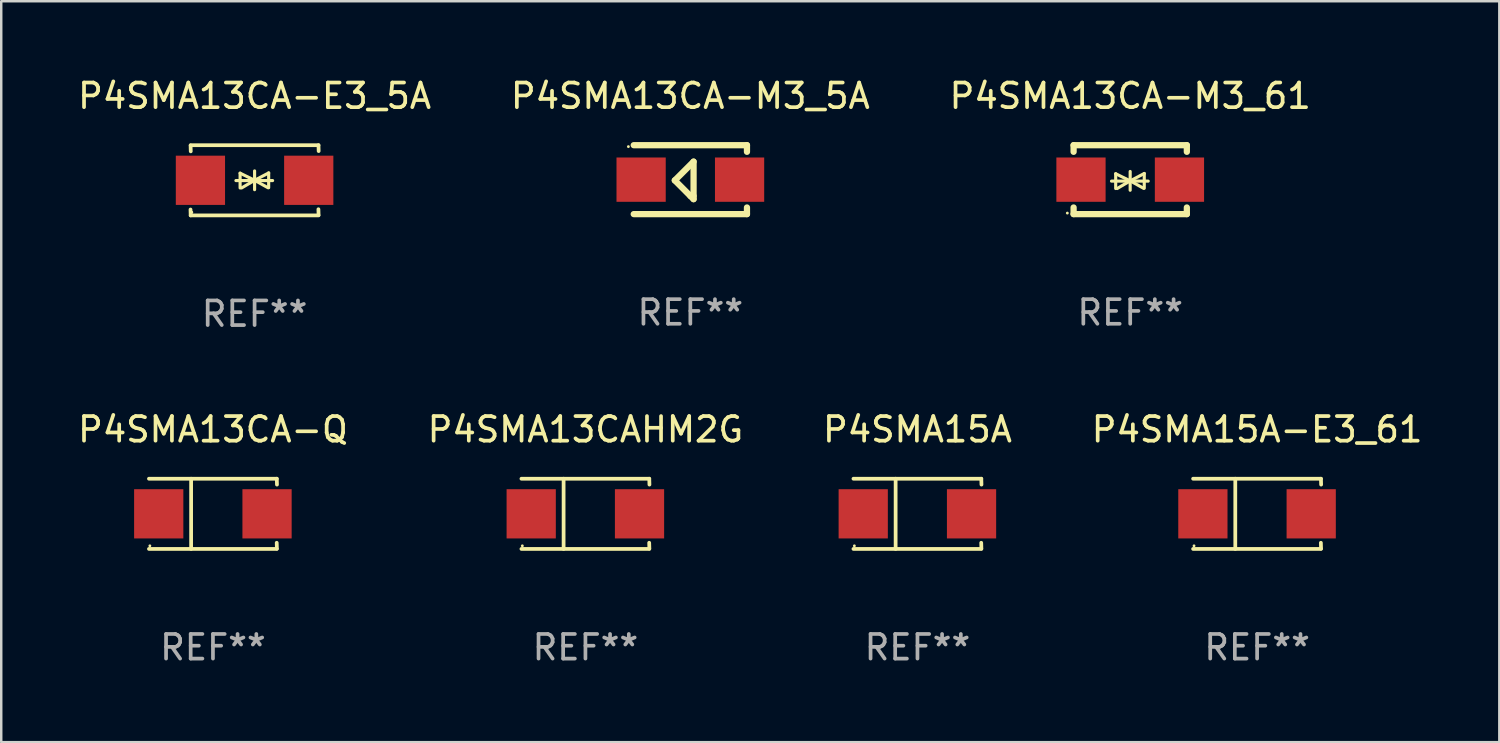
<source format=kicad_pcb>
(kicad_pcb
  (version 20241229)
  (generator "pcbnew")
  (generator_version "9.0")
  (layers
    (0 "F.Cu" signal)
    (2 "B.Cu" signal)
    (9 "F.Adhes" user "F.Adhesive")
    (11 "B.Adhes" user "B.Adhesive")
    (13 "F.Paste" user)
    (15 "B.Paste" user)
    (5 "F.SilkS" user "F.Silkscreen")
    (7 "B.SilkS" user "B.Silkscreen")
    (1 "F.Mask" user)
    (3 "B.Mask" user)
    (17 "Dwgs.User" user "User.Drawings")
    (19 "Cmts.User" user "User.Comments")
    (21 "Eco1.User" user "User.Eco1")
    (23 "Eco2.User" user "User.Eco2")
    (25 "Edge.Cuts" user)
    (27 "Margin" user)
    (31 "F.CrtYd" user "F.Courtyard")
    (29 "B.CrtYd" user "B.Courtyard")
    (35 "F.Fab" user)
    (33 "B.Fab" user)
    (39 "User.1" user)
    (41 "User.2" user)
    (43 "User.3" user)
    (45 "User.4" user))
  (footprint "P4SMA15A-E3_61"
    (layer "F.Cu")
    (at 48.018 17.823)
    (property "Reference" "P4SMA15A-E3_61" (at 0 -3.426 0) (layer "F.SilkS") (effects (font (size 1 1) (thickness 0.15))))
    (attr through_hole)
    (fp_line (start -2.6 -1.426) (end 2.593 -1.426) (stroke (width 0.152) (type solid)) (layer "F.SilkS"))
    (fp_line (start -2.6 1.426) (end 2.593 1.426) (stroke (width 0.152) (type solid)) (layer "F.SilkS"))
    (fp_line (start -0.887 -1.426) (end -0.887 1.426) (stroke (width 0.152) (type solid)) (layer "F.SilkS"))
    (fp_line (start 2.59 1.176) (end 2.597 1.415) (stroke (width 0.152) (type solid)) (layer "F.SilkS"))
    (fp_line (start 2.593 -1.426) (end 2.6 -1.187) (stroke (width 0.152) (type solid)) (layer "F.SilkS"))
    (fp_circle (center -2.563 1.3) (end -2.533 1.3) (stroke (width 0.06) (type solid)) (fill no) (layer "F.SilkS"))
    (fp_text user "REF**" (at 0 5.426 0) (layer "F.Fab") (effects (font (size 1 1) (thickness 0.15))))
    (pad "1" smd rect (at -2.203 -0.000025 180) (size 2 2) (layers "F.Cu" "F.Mask" "F.Paste"))
    (pad "2" smd rect (at 2.197 -0.000025 180) (size 2 2) (layers "F.Cu" "F.Mask" "F.Paste")))
  (footprint "P4SMA15A"
    (layer "F.Cu")
    (at 34.22 17.823)
    (property "Reference" "P4SMA15A" (at 0 -3.426 0) (layer "F.SilkS") (effects (font (size 1 1) (thickness 0.15))))
    (attr through_hole)
    (fp_line (start -2.6 -1.426) (end 2.593 -1.426) (stroke (width 0.152) (type solid)) (layer "F.SilkS"))
    (fp_line (start -2.6 1.426) (end 2.593 1.426) (stroke (width 0.152) (type solid)) (layer "F.SilkS"))
    (fp_line (start -0.887 -1.426) (end -0.887 1.426) (stroke (width 0.152) (type solid)) (layer "F.SilkS"))
    (fp_line (start 2.59 1.176) (end 2.597 1.415) (stroke (width 0.152) (type solid)) (layer "F.SilkS"))
    (fp_line (start 2.593 -1.426) (end 2.6 -1.187) (stroke (width 0.152) (type solid)) (layer "F.SilkS"))
    (fp_circle (center -2.563 1.3) (end -2.533 1.3) (stroke (width 0.06) (type solid)) (fill no) (layer "F.SilkS"))
    (fp_text user "REF**" (at 0 5.426 0) (layer "F.Fab") (effects (font (size 1 1) (thickness 0.15))))
    (pad "1" smd rect (at -2.203 -0.000025 180) (size 2 2) (layers "F.Cu" "F.Mask" "F.Paste"))
    (pad "2" smd rect (at 2.197 -0.000025 180) (size 2 2) (layers "F.Cu" "F.Mask" "F.Paste")))
  (footprint "P4SMA13CA-E3_5A"
    (layer "F.Cu")
    (at 7.292 4.274)
    (property "Reference" "P4SMA13CA-E3_5A" (at 0 -3.426 0) (layer "F.SilkS") (effects (font (size 1 1) (thickness 0.15))))
    (attr through_hole)
    (fp_line (start -2.596 -1.426) (end 2.596 -1.426) (stroke (width 0.152) (type solid)) (layer "F.SilkS"))
    (fp_line (start -2.596 1.426) (end -2.603 1.187) (stroke (width 0.152) (type solid)) (layer "F.SilkS"))
    (fp_line (start -2.596 1.426) (end 2.596 1.426) (stroke (width 0.152) (type solid)) (layer "F.SilkS"))
    (fp_line (start -2.593 -1.176) (end -2.6 -1.415) (stroke (width 0.152) (type solid)) (layer "F.SilkS"))
    (fp_line (start -0.758 0.011) (end 0.732 0.011) (stroke (width 0.127) (type solid)) (layer "F.SilkS"))
    (fp_line (start -0.588 -0.289) (end -0.588 0.311) (stroke (width 0.127) (type solid)) (layer "F.SilkS"))
    (fp_line (start -0.588 -0.289) (end 0 0) (stroke (width 0.127) (type solid)) (layer "F.SilkS"))
    (fp_line (start -0.528 0.311) (end 0 0) (stroke (width 0.127) (type solid)) (layer "F.SilkS"))
    (fp_line (start 0 0) (end 0 -0.381) (stroke (width 0.127) (type solid)) (layer "F.SilkS"))
    (fp_line (start 0 0) (end 0 0.381) (stroke (width 0.127) (type solid)) (layer "F.SilkS"))
    (fp_line (start 0.542 0.301) (end 0 0) (stroke (width 0.127) (type solid)) (layer "F.SilkS"))
    (fp_line (start 0.572 -0.299) (end 0 0) (stroke (width 0.127) (type solid)) (layer "F.SilkS"))
    (fp_line (start 0.572 -0.299) (end 0.572 0.301) (stroke (width 0.127) (type solid)) (layer "F.SilkS"))
    (fp_line (start 2.593 1.176) (end 2.6 1.415) (stroke (width 0.152) (type solid)) (layer "F.SilkS"))
    (fp_line (start 2.596 -1.426) (end 2.603 -1.187) (stroke (width 0.152) (type solid)) (layer "F.SilkS"))
    (fp_circle (center -2.55 1.3) (end -2.52 1.3) (stroke (width 0.06) (type solid)) (fill no) (layer "F.SilkS"))
    (fp_text user "REF**" (at 0 5.426 0) (layer "F.Fab") (effects (font (size 1 1) (thickness 0.15))))
    (pad "1" smd rect (at -2.2 0 180) (size 2 2) (layers "F.Cu" "F.Mask" "F.Paste"))
    (pad "2" smd rect (at 2.2 0 180) (size 2 2) (layers "F.Cu" "F.Mask" "F.Paste")))
  (footprint "P4SMA13CA-Q"
    (layer "F.Cu")
    (at 5.601 17.823)
    (property "Reference" "P4SMA13CA-Q" (at 0 -3.426 0) (layer "F.SilkS") (effects (font (size 1 1) (thickness 0.15))))
    (attr through_hole)
    (fp_line (start -2.6 -1.426) (end 2.593 -1.426) (stroke (width 0.152) (type solid)) (layer "F.SilkS"))
    (fp_line (start -2.6 1.426) (end 2.593 1.426) (stroke (width 0.152) (type solid)) (layer "F.SilkS"))
    (fp_line (start -0.887 -1.426) (end -0.887 1.426) (stroke (width 0.152) (type solid)) (layer "F.SilkS"))
    (fp_line (start 2.59 1.176) (end 2.597 1.415) (stroke (width 0.152) (type solid)) (layer "F.SilkS"))
    (fp_line (start 2.593 -1.426) (end 2.6 -1.187) (stroke (width 0.152) (type solid)) (layer "F.SilkS"))
    (fp_circle (center -2.563 1.3) (end -2.533 1.3) (stroke (width 0.06) (type solid)) (fill no) (layer "F.SilkS"))
    (fp_text user "REF**" (at 0 5.426 0) (layer "F.Fab") (effects (font (size 1 1) (thickness 0.15))))
    (pad "1" smd rect (at -2.203 -0.000025 180) (size 2 2) (layers "F.Cu" "F.Mask" "F.Paste"))
    (pad "2" smd rect (at 2.197 -0.000025 180) (size 2 2) (layers "F.Cu" "F.Mask" "F.Paste")))
  (footprint "P4SMA13CA-M3_61"
    (layer "F.Cu")
    (at 42.863 4.248)
    (property "Reference" "P4SMA13CA-M3_61" (at 0 -3.4 0) (layer "F.SilkS") (effects (font (size 1 1) (thickness 0.15))))
    (attr through_hole)
    (fp_line (start -2.3 -1.4) (end -2.3 -1.131) (stroke (width 0.254) (type solid)) (layer "F.SilkS"))
    (fp_line (start -2.3 -1.4) (end 2.3 -1.4) (stroke (width 0.254) (type solid)) (layer "F.SilkS"))
    (fp_line (start -2.3 1.131) (end -2.3 1.4) (stroke (width 0.254) (type solid)) (layer "F.SilkS"))
    (fp_line (start -2.3 1.4) (end 2.3 1.4) (stroke (width 0.254) (type solid)) (layer "F.SilkS"))
    (fp_line (start -0.76 0.06) (end 0.73 0.06) (stroke (width 0.127) (type solid)) (layer "F.SilkS"))
    (fp_line (start -0.59 -0.24) (end -0.59 0.36) (stroke (width 0.127) (type solid)) (layer "F.SilkS"))
    (fp_line (start -0.59 -0.24) (end -0.002 0.049) (stroke (width 0.127) (type solid)) (layer "F.SilkS"))
    (fp_line (start -0.53 0.36) (end -0.002 0.049) (stroke (width 0.127) (type solid)) (layer "F.SilkS"))
    (fp_line (start -0.002 0.049) (end -0.002 -0.332) (stroke (width 0.127) (type solid)) (layer "F.SilkS"))
    (fp_line (start -0.002 0.049) (end -0.002 0.43) (stroke (width 0.127) (type solid)) (layer "F.SilkS"))
    (fp_line (start 0.54 0.35) (end -0.002 0.049) (stroke (width 0.127) (type solid)) (layer "F.SilkS"))
    (fp_line (start 0.57 -0.25) (end -0.002 0.049) (stroke (width 0.127) (type solid)) (layer "F.SilkS"))
    (fp_line (start 0.57 -0.25) (end 0.57 0.35) (stroke (width 0.127) (type solid)) (layer "F.SilkS"))
    (fp_line (start 2.3 -1.4) (end 2.3 -1.131) (stroke (width 0.254) (type solid)) (layer "F.SilkS"))
    (fp_line (start 2.3 1.131) (end 2.3 1.4) (stroke (width 0.254) (type solid)) (layer "F.SilkS"))
    (fp_circle (center -2.555 1.358) (end -2.525 1.358) (stroke (width 0.06) (type solid)) (fill no) (layer "F.SilkS"))
    (fp_text user "REF**" (at 0 5.4 0) (layer "F.Fab") (effects (font (size 1 1) (thickness 0.15))))
    (pad "1" smd rect (at -2 -0.000025) (size 2 1.8) (layers "F.Cu" "F.Mask" "F.Paste"))
    (pad "2" smd rect (at 2 -0.000025) (size 2 1.8) (layers "F.Cu" "F.Mask" "F.Paste")))
  (footprint "P4SMA13CA-M3_5A"
    (layer "F.Cu")
    (at 24.994 4.248)
    (property "Reference" "P4SMA13CA-M3_5A" (at 0 -3.4 0) (layer "F.SilkS") (effects (font (size 1 1) (thickness 0.15))))
    (attr through_hole)
    (fp_line (start -2.3 -1.4) (end 2.3 -1.4) (stroke (width 0.254) (type solid)) (layer "F.SilkS"))
    (fp_line (start -2.3 1.4) (end 2.3 1.4) (stroke (width 0.254) (type solid)) (layer "F.SilkS"))
    (fp_line (start -0.631 0.03) (end 0.131 -0.732) (stroke (width 0.254) (type solid)) (layer "F.SilkS"))
    (fp_line (start 0.004 0.665) (end -0.631 0.03) (stroke (width 0.254) (type solid)) (layer "F.SilkS"))
    (fp_line (start 0.131 -0.732) (end 0.131 0.665) (stroke (width 0.254) (type solid)) (layer "F.SilkS"))
    (fp_line (start 0.131 0.665) (end 0.131 0.792) (stroke (width 0.254) (type solid)) (layer "F.SilkS"))
    (fp_line (start 0.131 0.792) (end 0.004 0.665) (stroke (width 0.254) (type solid)) (layer "F.SilkS"))
    (fp_line (start 2.3 -1.4) (end 2.3 -1.131) (stroke (width 0.254) (type solid)) (layer "F.SilkS"))
    (fp_line (start 2.3 1.131) (end 2.3 1.4) (stroke (width 0.254) (type solid)) (layer "F.SilkS"))
    (fp_circle (center -2.517 -1.342) (end -2.487 -1.342) (stroke (width 0.06) (type solid)) (fill no) (layer "F.SilkS"))
    (fp_text user "REF**" (at 0 5.4 0) (layer "F.Fab") (effects (font (size 1 1) (thickness 0.15))))
    (pad "1" smd rect (at -2 -0.000127) (size 2 1.8) (layers "F.Cu" "F.Mask" "F.Paste"))
    (pad "2" smd rect (at 2 -0.000127) (size 2 1.8) (layers "F.Cu" "F.Mask" "F.Paste")))
  (footprint "P4SMA13CAHM2G"
    (layer "F.Cu")
    (at 20.732 17.823)
    (property "Reference" "P4SMA13CAHM2G" (at 0 -3.426 0) (layer "F.SilkS") (effects (font (size 1 1) (thickness 0.15))))
    (attr through_hole)
    (fp_line (start -2.6 -1.426) (end 2.593 -1.426) (stroke (width 0.152) (type solid)) (layer "F.SilkS"))
    (fp_line (start -2.6 1.426) (end 2.593 1.426) (stroke (width 0.152) (type solid)) (layer "F.SilkS"))
    (fp_line (start -0.887 -1.426) (end -0.887 1.426) (stroke (width 0.152) (type solid)) (layer "F.SilkS"))
    (fp_line (start 2.59 1.176) (end 2.597 1.415) (stroke (width 0.152) (type solid)) (layer "F.SilkS"))
    (fp_line (start 2.593 -1.426) (end 2.6 -1.187) (stroke (width 0.152) (type solid)) (layer "F.SilkS"))
    (fp_circle (center -2.563 1.3) (end -2.533 1.3) (stroke (width 0.06) (type solid)) (fill no) (layer "F.SilkS"))
    (fp_text user "REF**" (at 0 5.426 0) (layer "F.Fab") (effects (font (size 1 1) (thickness 0.15))))
    (pad "1" smd rect (at -2.203 -0.000025 180) (size 2 2) (layers "F.Cu" "F.Mask" "F.Paste"))
    (pad "2" smd rect (at 2.197 -0.000025 180) (size 2 2) (layers "F.Cu" "F.Mask" "F.Paste")))
  (gr_rect
    (start -3 -3)
    (end 57.857 27.098)
    (stroke (width 0.1) (type default))
    (fill no)
    (layer "Edge.Cuts")))
</source>
